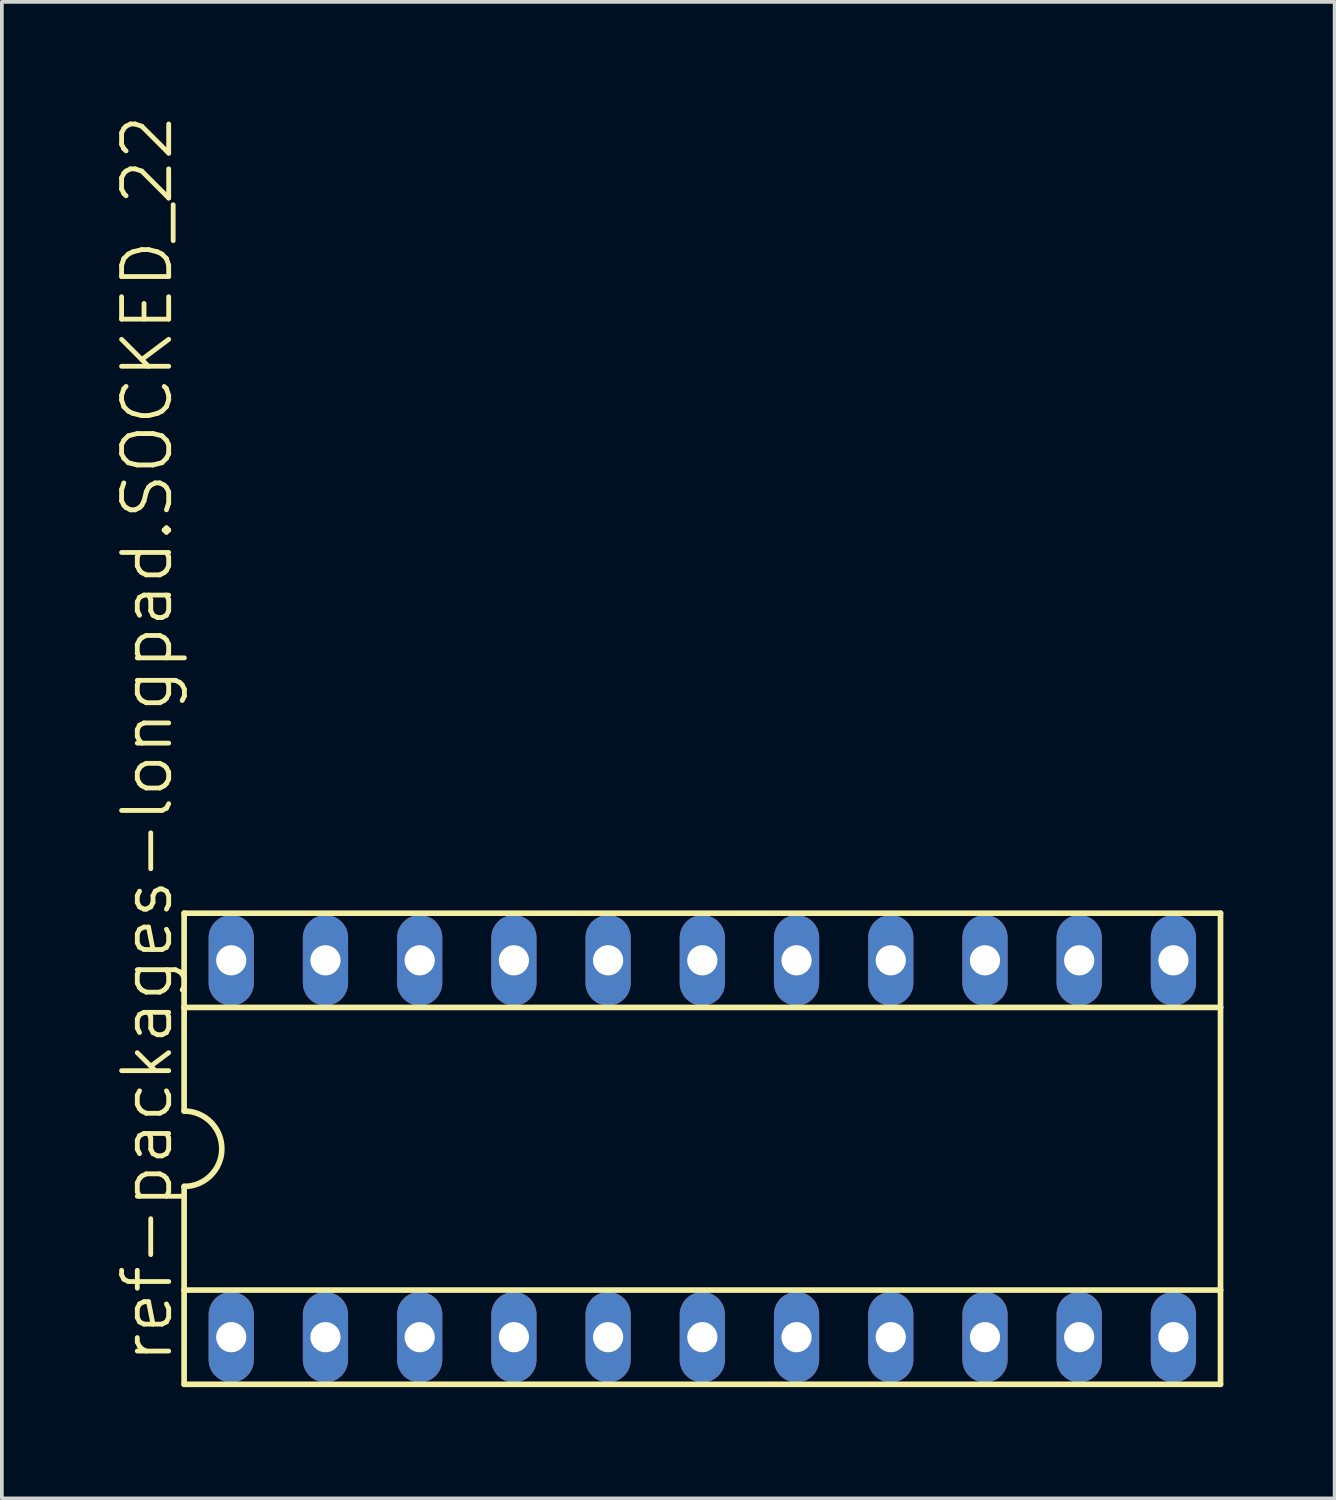
<source format=kicad_pcb>
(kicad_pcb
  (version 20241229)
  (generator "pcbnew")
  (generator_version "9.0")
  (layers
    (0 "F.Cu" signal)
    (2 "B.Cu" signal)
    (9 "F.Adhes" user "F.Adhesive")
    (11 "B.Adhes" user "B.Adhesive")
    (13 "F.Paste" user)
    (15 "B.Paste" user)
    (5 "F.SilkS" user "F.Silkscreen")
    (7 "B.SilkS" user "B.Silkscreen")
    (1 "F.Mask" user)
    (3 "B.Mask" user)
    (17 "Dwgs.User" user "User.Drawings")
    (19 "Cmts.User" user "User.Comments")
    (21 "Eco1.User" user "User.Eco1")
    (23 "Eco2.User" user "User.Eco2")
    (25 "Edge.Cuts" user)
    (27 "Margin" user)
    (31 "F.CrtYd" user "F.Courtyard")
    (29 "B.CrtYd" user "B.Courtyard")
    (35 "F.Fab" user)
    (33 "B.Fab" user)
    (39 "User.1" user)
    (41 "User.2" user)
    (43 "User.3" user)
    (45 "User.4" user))
  (footprint "ref-packages-longpad.SOCKED_22"
    (layer "F.Cu")
    (at 15.884 27.919)
    (property "Reference" "ref-packages-longpad.SOCKED_22" (at -14.224 5.842 90) (layer "F.SilkS") (effects (font (size 1.27 1.27) (thickness 0.13)) (justify left bottom)))
    (attr through_hole)
    (fp_line (start -13.97 -6.35) (end -13.97 -3.81) (stroke (width 0.152) (type default)) (layer "F.SilkS"))
    (fp_line (start -13.97 -3.81) (end -13.97 -1.016) (stroke (width 0.152) (type default)) (layer "F.SilkS"))
    (fp_line (start -13.97 -3.81) (end 13.97 -3.81) (stroke (width 0.152) (type default)) (layer "F.SilkS"))
    (fp_line (start -13.97 3.81) (end -13.97 1.016) (stroke (width 0.152) (type default)) (layer "F.SilkS"))
    (fp_line (start -13.97 3.81) (end 13.97 3.81) (stroke (width 0.152) (type default)) (layer "F.SilkS"))
    (fp_line (start -13.97 6.35) (end -13.97 3.81) (stroke (width 0.152) (type default)) (layer "F.SilkS"))
    (fp_line (start -13.97 6.35) (end 13.97 6.35) (stroke (width 0.152) (type default)) (layer "F.SilkS"))
    (fp_line (start 13.97 -6.35) (end -13.97 -6.35) (stroke (width 0.152) (type default)) (layer "F.SilkS"))
    (fp_line (start 13.97 -6.35) (end 13.97 -3.81) (stroke (width 0.152) (type default)) (layer "F.SilkS"))
    (fp_line (start 13.97 -3.81) (end 13.97 3.81) (stroke (width 0.152) (type default)) (layer "F.SilkS"))
    (fp_line (start 13.97 3.81) (end 13.97 6.35) (stroke (width 0.152) (type default)) (layer "F.SilkS"))
    (fp_arc (start -13.97 -1.016) (mid -12.954 0) (end -13.97 1.016) (stroke (width 0.1524) (type default)) (layer "F.SilkS"))
    (pad "1" thru_hole oval (at -12.7 5.08 90) (size 2.438 1.219) (drill 0.813) (layers "*.Cu" "*.Mask"))
    (pad "2" thru_hole oval (at -10.16 5.08 90) (size 2.438 1.219) (drill 0.813) (layers "*.Cu" "*.Mask"))
    (pad "3" thru_hole oval (at -7.62 5.08 90) (size 2.438 1.219) (drill 0.813) (layers "*.Cu" "*.Mask"))
    (pad "4" thru_hole oval (at -5.08 5.08 90) (size 2.438 1.219) (drill 0.813) (layers "*.Cu" "*.Mask"))
    (pad "5" thru_hole oval (at -2.54 5.08 90) (size 2.438 1.219) (drill 0.813) (layers "*.Cu" "*.Mask"))
    (pad "6" thru_hole oval (at 0 5.08 90) (size 2.438 1.219) (drill 0.813) (layers "*.Cu" "*.Mask"))
    (pad "7" thru_hole oval (at 2.54 5.08 90) (size 2.438 1.219) (drill 0.813) (layers "*.Cu" "*.Mask"))
    (pad "8" thru_hole oval (at 5.08 5.08 90) (size 2.438 1.219) (drill 0.813) (layers "*.Cu" "*.Mask"))
    (pad "9" thru_hole oval (at 7.62 5.08 90) (size 2.438 1.219) (drill 0.813) (layers "*.Cu" "*.Mask"))
    (pad "10" thru_hole oval (at 10.16 5.08 90) (size 2.438 1.219) (drill 0.813) (layers "*.Cu" "*.Mask"))
    (pad "11" thru_hole oval (at 12.7 5.08 90) (size 2.438 1.219) (drill 0.813) (layers "*.Cu" "*.Mask"))
    (pad "12" thru_hole oval (at 12.7 -5.08 90) (size 2.438 1.219) (drill 0.813) (layers "*.Cu" "*.Mask"))
    (pad "13" thru_hole oval (at 10.16 -5.08 90) (size 2.438 1.219) (drill 0.813) (layers "*.Cu" "*.Mask"))
    (pad "14" thru_hole oval (at 7.62 -5.08 90) (size 2.438 1.219) (drill 0.813) (layers "*.Cu" "*.Mask"))
    (pad "15" thru_hole oval (at 5.08 -5.08 90) (size 2.438 1.219) (drill 0.813) (layers "*.Cu" "*.Mask"))
    (pad "16" thru_hole oval (at 2.54 -5.08 90) (size 2.438 1.219) (drill 0.813) (layers "*.Cu" "*.Mask"))
    (pad "17" thru_hole oval (at 0 -5.08 90) (size 2.438 1.219) (drill 0.813) (layers "*.Cu" "*.Mask"))
    (pad "18" thru_hole oval (at -2.54 -5.08 90) (size 2.438 1.219) (drill 0.813) (layers "*.Cu" "*.Mask"))
    (pad "19" thru_hole oval (at -5.08 -5.08 90) (size 2.438 1.219) (drill 0.813) (layers "*.Cu" "*.Mask"))
    (pad "20" thru_hole oval (at -7.62 -5.08 90) (size 2.438 1.219) (drill 0.813) (layers "*.Cu" "*.Mask"))
    (pad "21" thru_hole oval (at -10.16 -5.08 90) (size 2.438 1.219) (drill 0.813) (layers "*.Cu" "*.Mask"))
    (pad "22" thru_hole oval (at -12.7 -5.08 90) (size 2.438 1.219) (drill 0.813) (layers "*.Cu" "*.Mask")))
  (gr_rect
    (start -3 -3)
    (end 32.93 37.345)
    (stroke (width 0.1) (type default))
    (fill no)
    (layer "Edge.Cuts")))
</source>
